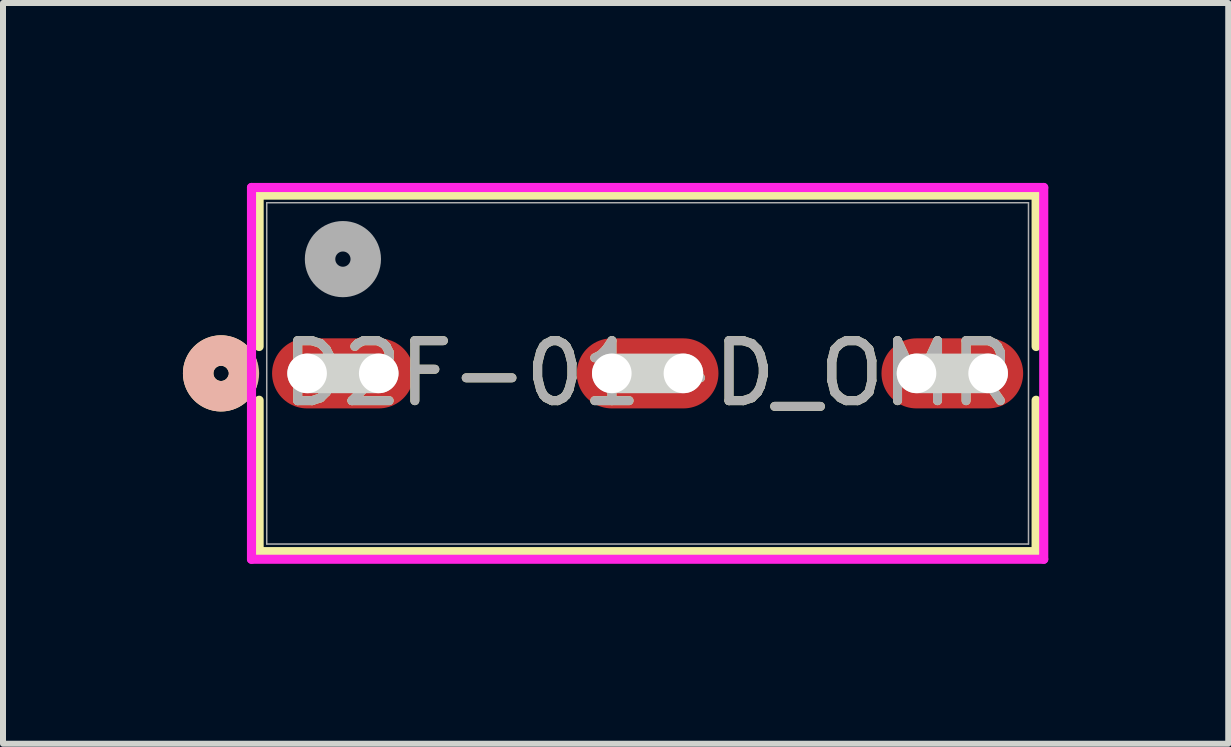
<source format=kicad_pcb>
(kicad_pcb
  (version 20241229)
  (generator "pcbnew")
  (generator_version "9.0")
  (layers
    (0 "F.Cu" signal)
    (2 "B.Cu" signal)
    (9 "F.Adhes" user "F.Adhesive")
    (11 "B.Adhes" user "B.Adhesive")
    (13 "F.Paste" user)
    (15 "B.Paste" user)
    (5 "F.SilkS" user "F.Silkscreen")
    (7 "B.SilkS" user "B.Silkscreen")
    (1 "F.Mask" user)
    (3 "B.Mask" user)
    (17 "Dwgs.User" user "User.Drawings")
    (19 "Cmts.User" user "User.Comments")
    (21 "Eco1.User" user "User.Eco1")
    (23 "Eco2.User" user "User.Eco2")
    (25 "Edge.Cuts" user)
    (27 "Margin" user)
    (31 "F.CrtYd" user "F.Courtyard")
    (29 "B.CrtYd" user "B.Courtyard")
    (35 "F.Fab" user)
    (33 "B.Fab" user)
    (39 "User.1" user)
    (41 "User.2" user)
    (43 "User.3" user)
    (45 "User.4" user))
  (footprint "D2F-01-D_OMR"
    (layer "F.Cu")
    (at 2.667 3.175)
    (property "Reference" "D2F-01-D_OMR" (at 5.08 0 0) (unlocked yes) (layer "F.SilkS") (effects (font (size 1 1) (thickness 0.15))))
    (attr smd)
    (fp_line (start -1.397 -2.972) (end -1.397 -0.448) (stroke (width 0.152) (type solid)) (layer "F.SilkS"))
    (fp_line (start -1.397 0.448) (end -1.397 2.972) (stroke (width 0.152) (type solid)) (layer "F.SilkS"))
    (fp_line (start -1.397 2.972) (end 11.557 2.972) (stroke (width 0.152) (type solid)) (layer "F.SilkS"))
    (fp_line (start 11.557 -2.972) (end -1.397 -2.972) (stroke (width 0.152) (type solid)) (layer "F.SilkS"))
    (fp_line (start 11.557 -0.448) (end 11.557 -2.972) (stroke (width 0.152) (type solid)) (layer "F.SilkS"))
    (fp_line (start 11.557 2.972) (end 11.557 0.448) (stroke (width 0.152) (type solid)) (layer "F.SilkS"))
    (fp_arc (start -1.681426 0.149194) (mid -2.413 0) (end -1.681426 -0.149194) (stroke (width 0.508) (type solid)) (layer "F.SilkS"))
    (fp_circle (center -2.032 0) (end -1.651 0) (stroke (width 0.508) (type solid)) (fill no) (layer "B.SilkS"))
    (fp_line (start -0.597 0) (end 0.597 0) (stroke (width 0.66) (type solid)) (layer "Edge.Cuts"))
    (fp_line (start 4.483 0) (end 5.677 0) (stroke (width 0.66) (type solid)) (layer "Edge.Cuts"))
    (fp_line (start 9.563 0) (end 10.757 0) (stroke (width 0.66) (type solid)) (layer "Edge.Cuts"))
    (fp_line (start -1.524 -3.099) (end -1.524 3.099) (stroke (width 0.152) (type solid)) (layer "F.CrtYd"))
    (fp_line (start -1.524 3.099) (end 11.684 3.099) (stroke (width 0.152) (type solid)) (layer "F.CrtYd"))
    (fp_line (start 11.684 -3.099) (end -1.524 -3.099) (stroke (width 0.152) (type solid)) (layer "F.CrtYd"))
    (fp_line (start 11.684 3.099) (end 11.684 -3.099) (stroke (width 0.152) (type solid)) (layer "F.CrtYd"))
    (fp_line (start -1.27 -2.845) (end -1.27 2.845) (stroke (width 0.025) (type solid)) (layer "F.Fab"))
    (fp_line (start -1.27 2.845) (end 11.43 2.845) (stroke (width 0.025) (type solid)) (layer "F.Fab"))
    (fp_line (start 11.43 -2.845) (end -1.27 -2.845) (stroke (width 0.025) (type solid)) (layer "F.Fab"))
    (fp_line (start 11.43 2.845) (end 11.43 -2.845) (stroke (width 0.025) (type solid)) (layer "F.Fab"))
    (fp_circle (center 0 -1.905) (end 0.381 -1.905) (stroke (width 0.508) (type solid)) (fill no) (layer "F.Fab"))
    (fp_text user "${REFERENCE}" (at 5.08 0 0) (unlocked yes) (layer "F.Fab") (effects (font (size 1 1) (thickness 0.15))))
    (pad "" np_thru_hole circle (at -0.597 0) (size 0.66 0.66) (drill 0.66) (layers "*.Cu" "*.Mask"))
    (pad "" np_thru_hole circle (at 0.597 0) (size 0.66 0.66) (drill 0.66) (layers "*.Cu" "*.Mask"))
    (pad "" np_thru_hole circle (at 4.483 0) (size 0.66 0.66) (drill 0.66) (layers "*.Cu" "*.Mask"))
    (pad "" np_thru_hole circle (at 5.677 0) (size 0.66 0.66) (drill 0.66) (layers "*.Cu" "*.Mask"))
    (pad "" np_thru_hole circle (at 9.563 0) (size 0.66 0.66) (drill 0.66) (layers "*.Cu" "*.Mask"))
    (pad "" np_thru_hole circle (at 10.757 0) (size 0.66 0.66) (drill 0.66) (layers "*.Cu" "*.Mask"))
    (pad "1" smd oval (at 0 0) (size 2.362 1.168) (layers "F.Cu" "F.Mask" "F.Paste"))
    (pad "2" smd oval (at 5.08 0) (size 2.362 1.168) (layers "F.Cu" "F.Mask" "F.Paste"))
    (pad "3" smd oval (at 10.16 0) (size 2.362 1.168) (layers "F.Cu" "F.Mask" "F.Paste")))
  (gr_rect
    (start -3 -3)
    (end 17.427 9.35)
    (stroke (width 0.1) (type default))
    (fill no)
    (layer "Edge.Cuts")))
</source>
